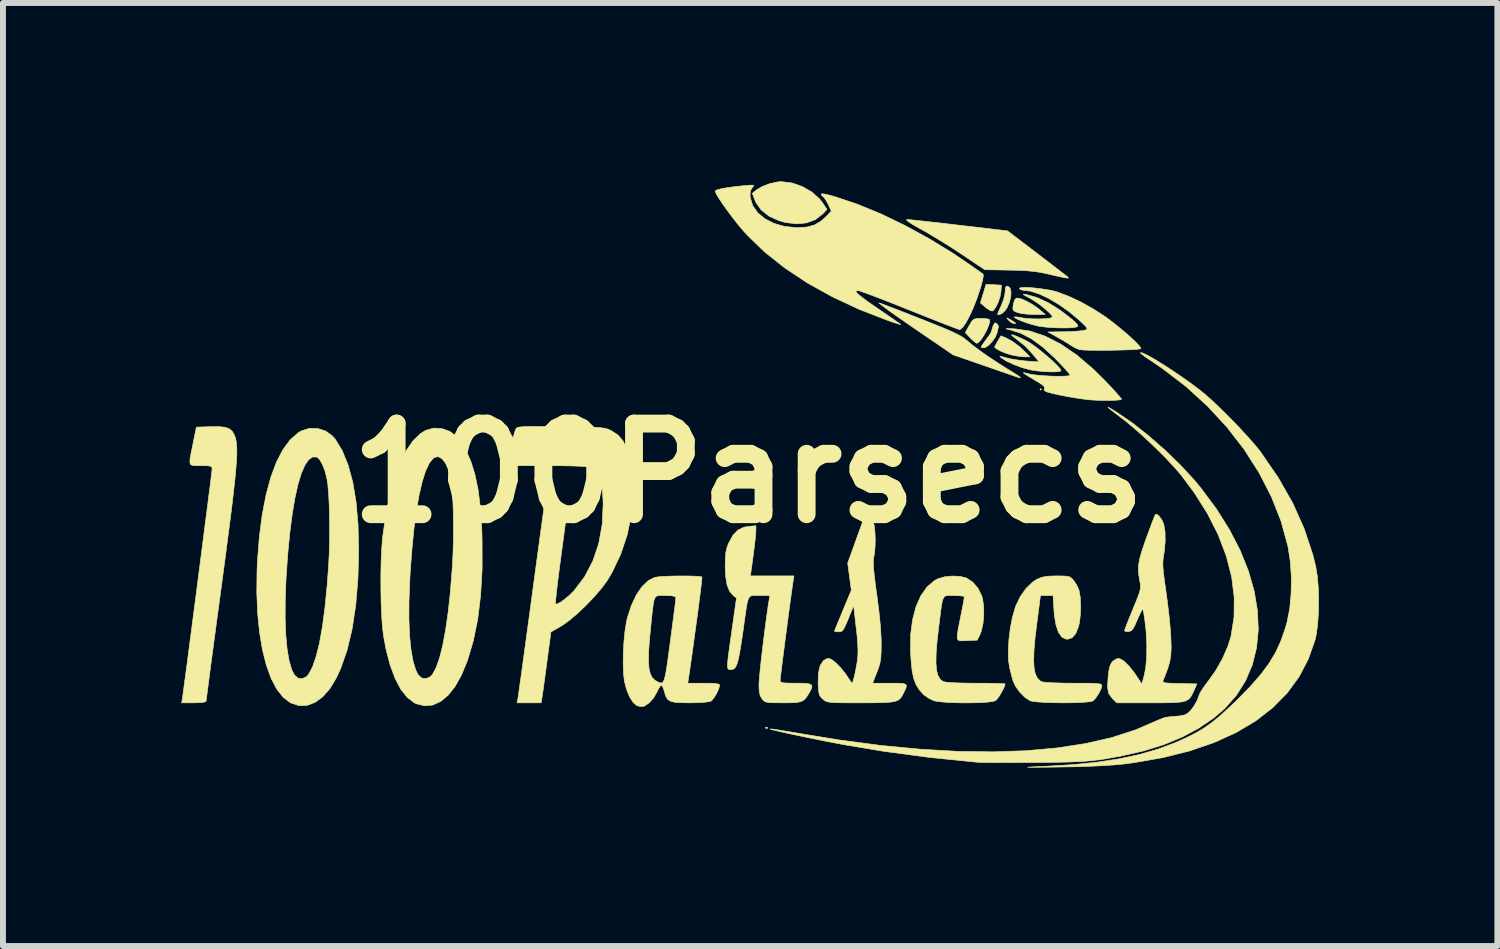
<source format=kicad_pcb>
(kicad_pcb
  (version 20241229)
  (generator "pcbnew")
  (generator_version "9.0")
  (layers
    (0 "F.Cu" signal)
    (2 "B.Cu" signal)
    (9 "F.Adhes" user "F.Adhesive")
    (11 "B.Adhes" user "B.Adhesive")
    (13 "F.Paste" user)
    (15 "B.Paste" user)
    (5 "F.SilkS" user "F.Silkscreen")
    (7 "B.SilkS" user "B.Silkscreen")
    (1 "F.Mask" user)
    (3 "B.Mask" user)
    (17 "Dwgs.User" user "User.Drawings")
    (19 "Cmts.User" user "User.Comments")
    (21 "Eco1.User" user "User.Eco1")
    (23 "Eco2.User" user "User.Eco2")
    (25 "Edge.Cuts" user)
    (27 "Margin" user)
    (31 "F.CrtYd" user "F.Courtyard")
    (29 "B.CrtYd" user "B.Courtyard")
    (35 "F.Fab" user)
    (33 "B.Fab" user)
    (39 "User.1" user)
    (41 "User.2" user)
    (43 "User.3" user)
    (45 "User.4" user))
  (footprint "100Parsecs"
    (layer "F.Cu")
    (at 9.534 4.907)
    (property "Reference" "100Parsecs" (at 0 0 0) (layer "F.SilkS") (effects (font (size 1.524 1.524) (thickness 0.3))))
    (attr through_hole)
    (fp_poly (pts (xy 4.928 -1.41) (xy 4.915 -1.397) (xy 4.902 -1.41) (xy 4.915 -1.422) (xy 4.928 -1.41)) (stroke (width 0.01) (type solid)) (fill yes) (layer "F.SilkS"))
    (fp_poly (pts (xy 0.322 4.276) (xy 0.318 4.291) (xy 0.305 4.293) (xy 0.284 4.283) (xy 0.288 4.276) (xy 0.318 4.273) (xy 0.322 4.276)) (stroke (width 0.01) (type solid)) (fill yes) (layer "F.SilkS"))
    (fp_poly (pts (xy 4.381 -2.595) (xy 4.441 -2.56) (xy 4.47 -2.541) (xy 4.495 -2.521) (xy 4.475 -2.515) (xy 4.468 -2.515) (xy 4.422 -2.532) (xy 4.379 -2.569) (xy 4.347 -2.607) (xy 4.349 -2.612) (xy 4.381 -2.595)) (stroke (width 0.01) (type solid)) (fill yes) (layer "F.SilkS"))
    (fp_poly (pts (xy 4.255 -3.162) (xy 4.246 -3.048) (xy 4.231 -2.966) (xy 4.201 -2.877) (xy 4.162 -2.796) (xy 4.123 -2.741) (xy 4.101 -2.726) (xy 4.068 -2.736) (xy 4.013 -2.77) (xy 3.988 -2.79) (xy 3.901 -2.863) (xy 3.949 -3.02) (xy 3.997 -3.177) (xy 4.255 -3.162)) (stroke (width 0.01) (type solid)) (fill yes) (layer "F.SilkS"))
    (fp_poly (pts (xy 4.587 -2.932) (xy 4.674 -2.894) (xy 4.771 -2.84) (xy 4.862 -2.778) (xy 4.902 -2.746) (xy 4.991 -2.669) (xy 4.801 -2.67) (xy 4.694 -2.674) (xy 4.597 -2.685) (xy 4.529 -2.7) (xy 4.528 -2.701) (xy 4.474 -2.723) (xy 4.45 -2.748) (xy 4.448 -2.792) (xy 4.459 -2.858) (xy 4.48 -2.922) (xy 4.515 -2.946) (xy 4.525 -2.946) (xy 4.587 -2.932)) (stroke (width 0.01) (type solid)) (fill yes) (layer "F.SilkS"))
    (fp_poly (pts (xy 3.985 -2.599) (xy 4.039 -2.591) (xy 4.052 -2.586) (xy 4.058 -2.548) (xy 4.04 -2.482) (xy 4.005 -2.401) (xy 3.96 -2.318) (xy 3.912 -2.246) (xy 3.867 -2.198) (xy 3.839 -2.184) (xy 3.812 -2.201) (xy 3.763 -2.244) (xy 3.733 -2.274) (xy 3.646 -2.364) (xy 3.714 -2.484) (xy 3.755 -2.553) (xy 3.791 -2.588) (xy 3.837 -2.601) (xy 3.909 -2.602) (xy 3.985 -2.599)) (stroke (width 0.01) (type solid)) (fill yes) (layer "F.SilkS"))
    (fp_poly (pts (xy 4.335 -2.273) (xy 4.441 -2.215) (xy 4.556 -2.13) (xy 4.664 -2.03) (xy 4.672 -2.022) (xy 4.733 -1.956) (xy 4.634 -1.957) (xy 4.549 -1.965) (xy 4.447 -1.984) (xy 4.4 -1.995) (xy 4.316 -2.023) (xy 4.235 -2.057) (xy 4.173 -2.091) (xy 4.141 -2.118) (xy 4.14 -2.122) (xy 4.152 -2.147) (xy 4.181 -2.2) (xy 4.193 -2.22) (xy 4.246 -2.31) (xy 4.335 -2.273)) (stroke (width 0.01) (type solid)) (fill yes) (layer "F.SilkS"))
    (fp_poly (pts (xy 4.4 -3.115) (xy 4.416 -3.052) (xy 4.412 -2.967) (xy 4.389 -2.874) (xy 4.349 -2.783) (xy 4.316 -2.734) (xy 4.273 -2.693) (xy 4.228 -2.668) (xy 4.197 -2.665) (xy 4.191 -2.677) (xy 4.201 -2.704) (xy 4.226 -2.762) (xy 4.254 -2.823) (xy 4.29 -2.917) (xy 4.313 -3.01) (xy 4.318 -3.056) (xy 4.322 -3.12) (xy 4.339 -3.145) (xy 4.362 -3.145) (xy 4.4 -3.115)) (stroke (width 0.01) (type solid)) (fill yes) (layer "F.SilkS"))
    (fp_poly (pts (xy 0.733 -4.881) (xy 0.907 -4.82) (xy 1.066 -4.728) (xy 1.197 -4.612) (xy 1.246 -4.548) (xy 1.321 -4.436) (xy 1.251 -4.361) (xy 1.128 -4.265) (xy 0.977 -4.209) (xy 0.804 -4.193) (xy 0.615 -4.218) (xy 0.515 -4.246) (xy 0.348 -4.322) (xy 0.217 -4.425) (xy 0.128 -4.55) (xy 0.111 -4.589) (xy 0.067 -4.706) (xy 0.141 -4.767) (xy 0.235 -4.822) (xy 0.357 -4.868) (xy 0.485 -4.897) (xy 0.558 -4.902) (xy 0.733 -4.881)) (stroke (width 0.01) (type solid)) (fill yes) (layer "F.SilkS"))
    (fp_poly (pts (xy 4.177 -2.516) (xy 4.204 -2.476) (xy 4.204 -2.456) (xy 4.192 -2.41) (xy 4.18 -2.356) (xy 4.152 -2.289) (xy 4.101 -2.217) (xy 4.042 -2.154) (xy 3.985 -2.115) (xy 3.96 -2.108) (xy 3.92 -2.114) (xy 3.912 -2.121) (xy 3.926 -2.146) (xy 3.962 -2.199) (xy 4 -2.25) (xy 4.049 -2.316) (xy 4.081 -2.368) (xy 4.089 -2.388) (xy 4.098 -2.426) (xy 4.115 -2.478) (xy 4.139 -2.523) (xy 4.164 -2.525) (xy 4.177 -2.516)) (stroke (width 0.01) (type solid)) (fill yes) (layer "F.SilkS"))
    (fp_poly (pts (xy 2.707 -4.264) (xy 2.791 -4.255) (xy 2.912 -4.242) (xy 3.064 -4.225) (xy 3.241 -4.206) (xy 3.434 -4.183) (xy 3.544 -4.17) (xy 4.357 -4.075) (xy 4.852 -3.698) (xy 4.99 -3.592) (xy 5.116 -3.496) (xy 5.222 -3.414) (xy 5.304 -3.351) (xy 5.356 -3.311) (xy 5.371 -3.299) (xy 5.381 -3.286) (xy 5.369 -3.281) (xy 5.329 -3.285) (xy 5.256 -3.3) (xy 5.143 -3.325) (xy 5.055 -3.346) (xy 4.93 -3.373) (xy 4.812 -3.392) (xy 4.686 -3.404) (xy 4.538 -3.412) (xy 4.381 -3.415) (xy 3.975 -3.422) (xy 3.594 -3.677) (xy 3.443 -3.777) (xy 3.277 -3.881) (xy 3.115 -3.98) (xy 2.97 -4.066) (xy 2.908 -4.1) (xy 2.779 -4.173) (xy 2.696 -4.225) (xy 2.658 -4.256) (xy 2.666 -4.267) (xy 2.667 -4.267) (xy 2.707 -4.264)) (stroke (width 0.01) (type solid)) (fill yes) (layer "F.SilkS"))
    (fp_poly (pts (xy 4.455 -2.323) (xy 4.522 -2.297) (xy 4.622 -2.252) (xy 4.672 -2.227) (xy 4.742 -2.186) (xy 4.83 -2.124) (xy 4.927 -2.048) (xy 5.025 -1.966) (xy 5.116 -1.886) (xy 5.19 -1.813) (xy 5.241 -1.757) (xy 5.258 -1.724) (xy 5.235 -1.712) (xy 5.172 -1.705) (xy 5.083 -1.704) (xy 4.978 -1.709) (xy 4.869 -1.719) (xy 4.767 -1.733) (xy 4.73 -1.741) (xy 4.598 -1.777) (xy 4.462 -1.828) (xy 4.341 -1.885) (xy 4.255 -1.939) (xy 4.23 -1.961) (xy 4.235 -1.966) (xy 4.278 -1.956) (xy 4.331 -1.941) (xy 4.419 -1.92) (xy 4.535 -1.902) (xy 4.655 -1.888) (xy 4.673 -1.887) (xy 4.888 -1.871) (xy 4.808 -1.971) (xy 4.663 -2.131) (xy 4.498 -2.263) (xy 4.483 -2.274) (xy 4.433 -2.312) (xy 4.424 -2.328) (xy 4.455 -2.323)) (stroke (width 0.01) (type solid)) (fill yes) (layer "F.SilkS"))
    (fp_poly (pts (xy 2.233 -2.852) (xy 2.31 -2.823) (xy 2.421 -2.781) (xy 2.559 -2.728) (xy 2.718 -2.665) (xy 2.892 -2.597) (xy 2.908 -2.591) (xy 3.11 -2.51) (xy 3.271 -2.445) (xy 3.396 -2.392) (xy 3.491 -2.347) (xy 3.564 -2.31) (xy 3.619 -2.275) (xy 3.663 -2.241) (xy 3.683 -2.224) (xy 3.769 -2.152) (xy 3.889 -2.062) (xy 4.034 -1.96) (xy 4.195 -1.854) (xy 4.361 -1.749) (xy 4.413 -1.717) (xy 4.49 -1.67) (xy 4.547 -1.632) (xy 4.572 -1.612) (xy 4.572 -1.611) (xy 4.566 -1.602) (xy 4.541 -1.61) (xy 4.475 -1.633) (xy 4.374 -1.668) (xy 4.246 -1.712) (xy 4.097 -1.764) (xy 4 -1.797) (xy 3.442 -1.991) (xy 2.794 -2.434) (xy 2.637 -2.542) (xy 2.496 -2.64) (xy 2.377 -2.724) (xy 2.285 -2.792) (xy 2.223 -2.839) (xy 2.196 -2.862) (xy 2.197 -2.864) (xy 2.233 -2.852)) (stroke (width 0.01) (type solid)) (fill yes) (layer "F.SilkS"))
    (fp_poly (pts (xy 4.673 -3.005) (xy 4.674 -3.005) (xy 4.852 -2.954) (xy 5.047 -2.864) (xy 5.248 -2.737) (xy 5.432 -2.595) (xy 5.501 -2.533) (xy 5.535 -2.495) (xy 5.54 -2.473) (xy 5.521 -2.46) (xy 5.461 -2.449) (xy 5.365 -2.443) (xy 5.246 -2.443) (xy 5.117 -2.448) (xy 4.994 -2.457) (xy 4.889 -2.471) (xy 4.859 -2.477) (xy 4.77 -2.5) (xy 4.675 -2.53) (xy 4.588 -2.562) (xy 4.518 -2.593) (xy 4.478 -2.617) (xy 4.474 -2.628) (xy 4.503 -2.629) (xy 4.563 -2.62) (xy 4.585 -2.615) (xy 4.668 -2.603) (xy 4.775 -2.596) (xy 4.888 -2.594) (xy 4.991 -2.598) (xy 5.068 -2.607) (xy 5.089 -2.613) (xy 5.109 -2.627) (xy 5.105 -2.649) (xy 5.071 -2.688) (xy 5.003 -2.752) (xy 5.001 -2.753) (xy 4.907 -2.829) (xy 4.801 -2.903) (xy 4.726 -2.948) (xy 4.653 -2.986) (xy 4.622 -3.006) (xy 4.63 -3.012) (xy 4.673 -3.005)) (stroke (width 0.01) (type solid)) (fill yes) (layer "F.SilkS"))
    (fp_poly (pts (xy 4.702 -3.123) (xy 4.805 -3.115) (xy 4.917 -3.102) (xy 5.03 -3.085) (xy 5.134 -3.064) (xy 5.194 -3.047) (xy 5.381 -2.977) (xy 5.588 -2.88) (xy 5.797 -2.763) (xy 5.993 -2.637) (xy 6.071 -2.58) (xy 6.197 -2.482) (xy 6.315 -2.384) (xy 6.42 -2.292) (xy 6.506 -2.212) (xy 6.567 -2.148) (xy 6.598 -2.107) (xy 6.598 -2.095) (xy 6.567 -2.087) (xy 6.494 -2.08) (xy 6.389 -2.075) (xy 6.262 -2.071) (xy 6.123 -2.068) (xy 5.98 -2.066) (xy 5.844 -2.067) (xy 5.723 -2.068) (xy 5.628 -2.072) (xy 5.568 -2.078) (xy 5.557 -2.081) (xy 5.486 -2.112) (xy 5.418 -2.153) (xy 5.358 -2.192) (xy 5.273 -2.243) (xy 5.192 -2.289) (xy 5.038 -2.375) (xy 5.319 -2.379) (xy 5.44 -2.383) (xy 5.547 -2.39) (xy 5.626 -2.398) (xy 5.661 -2.406) (xy 5.688 -2.419) (xy 5.695 -2.435) (xy 5.678 -2.463) (xy 5.632 -2.51) (xy 5.559 -2.577) (xy 5.393 -2.716) (xy 5.22 -2.838) (xy 5.048 -2.94) (xy 4.885 -3.016) (xy 4.741 -3.062) (xy 4.645 -3.073) (xy 4.587 -3.083) (xy 4.557 -3.103) (xy 4.569 -3.117) (xy 4.62 -3.123) (xy 4.702 -3.123)) (stroke (width 0.01) (type solid)) (fill yes) (layer "F.SilkS"))
    (fp_poly (pts (xy 4.438 -2.429) (xy 4.483 -2.427) (xy 4.736 -2.39) (xy 4.994 -2.303) (xy 5.258 -2.167) (xy 5.528 -1.982) (xy 5.804 -1.746) (xy 6.003 -1.549) (xy 6.096 -1.45) (xy 6.176 -1.363) (xy 6.235 -1.295) (xy 6.269 -1.253) (xy 6.274 -1.243) (xy 6.25 -1.234) (xy 6.187 -1.228) (xy 6.096 -1.224) (xy 5.988 -1.224) (xy 5.875 -1.226) (xy 5.767 -1.232) (xy 5.715 -1.236) (xy 5.564 -1.256) (xy 5.388 -1.285) (xy 5.213 -1.319) (xy 5.125 -1.339) (xy 5.035 -1.362) (xy 4.987 -1.382) (xy 4.972 -1.402) (xy 4.977 -1.42) (xy 4.98 -1.445) (xy 4.956 -1.475) (xy 4.899 -1.516) (xy 4.811 -1.569) (xy 4.726 -1.619) (xy 4.661 -1.66) (xy 4.626 -1.684) (xy 4.623 -1.688) (xy 4.644 -1.688) (xy 4.696 -1.676) (xy 4.705 -1.673) (xy 4.771 -1.659) (xy 4.865 -1.648) (xy 4.977 -1.639) (xy 5.094 -1.632) (xy 5.207 -1.63) (xy 5.304 -1.631) (xy 5.375 -1.636) (xy 5.409 -1.645) (xy 5.41 -1.648) (xy 5.393 -1.676) (xy 5.346 -1.732) (xy 5.275 -1.809) (xy 5.188 -1.9) (xy 5.15 -1.939) (xy 4.951 -2.121) (xy 4.762 -2.259) (xy 4.579 -2.355) (xy 4.396 -2.413) (xy 4.394 -2.413) (xy 4.345 -2.424) (xy 4.333 -2.43) (xy 4.363 -2.432) (xy 4.438 -2.429)) (stroke (width 0.01) (type solid)) (fill yes) (layer "F.SilkS"))
    (fp_poly (pts (xy -8.802 -0.773) (xy -8.73 -0.748) (xy -8.68 -0.706) (xy -8.644 -0.644) (xy -8.643 -0.642) (xy -8.627 -0.599) (xy -8.615 -0.55) (xy -8.607 -0.49) (xy -8.602 -0.417) (xy -8.602 -0.327) (xy -8.607 -0.218) (xy -8.617 -0.085) (xy -8.631 0.075) (xy -8.652 0.264) (xy -8.677 0.486) (xy -8.709 0.745) (xy -8.748 1.042) (xy -8.792 1.383) (xy -8.844 1.77) (xy -8.861 1.897) (xy -8.902 2.203) (xy -8.942 2.495) (xy -8.978 2.768) (xy -9.012 3.018) (xy -9.042 3.243) (xy -9.067 3.437) (xy -9.088 3.597) (xy -9.104 3.719) (xy -9.115 3.799) (xy -9.119 3.833) (xy -9.119 3.834) (xy -9.143 3.848) (xy -9.212 3.857) (xy -9.319 3.861) (xy -9.324 3.861) (xy -9.529 3.861) (xy -9.514 3.766) (xy -9.506 3.711) (xy -9.493 3.613) (xy -9.475 3.477) (xy -9.452 3.308) (xy -9.426 3.109) (xy -9.397 2.887) (xy -9.365 2.645) (xy -9.332 2.389) (xy -9.297 2.123) (xy -9.262 1.852) (xy -9.227 1.581) (xy -9.193 1.315) (xy -9.16 1.059) (xy -9.129 0.817) (xy -9.1 0.594) (xy -9.075 0.395) (xy -9.053 0.225) (xy -9.036 0.088) (xy -9.024 -0.01) (xy -9.018 -0.065) (xy -9.017 -0.075) (xy -9.021 -0.102) (xy -9.041 -0.117) (xy -9.088 -0.125) (xy -9.17 -0.127) (xy -9.207 -0.127) (xy -9.288 -0.126) (xy -9.343 -0.13) (xy -9.377 -0.144) (xy -9.391 -0.178) (xy -9.389 -0.238) (xy -9.372 -0.332) (xy -9.344 -0.467) (xy -9.339 -0.495) (xy -9.282 -0.775) (xy -9.052 -0.782) (xy -8.906 -0.783) (xy -8.802 -0.773)) (stroke (width 0.01) (type solid)) (fill yes) (layer "F.SilkS"))
    (fp_poly (pts (xy 5.292 1.728) (xy 5.361 1.733) (xy 5.406 1.745) (xy 5.439 1.769) (xy 5.47 1.804) (xy 5.522 1.883) (xy 5.56 1.97) (xy 5.561 1.976) (xy 5.58 2.085) (xy 5.587 2.222) (xy 5.583 2.369) (xy 5.568 2.504) (xy 5.55 2.582) (xy 5.503 2.698) (xy 5.443 2.767) (xy 5.369 2.791) (xy 5.343 2.79) (xy 5.272 2.756) (xy 5.214 2.676) (xy 5.172 2.551) (xy 5.144 2.383) (xy 5.138 2.3) (xy 5.123 2.057) (xy 4.911 2.057) (xy 4.851 2.521) (xy 4.82 2.772) (xy 4.802 2.979) (xy 4.797 3.145) (xy 4.804 3.274) (xy 4.824 3.373) (xy 4.858 3.444) (xy 4.906 3.492) (xy 4.926 3.504) (xy 4.968 3.513) (xy 5.054 3.521) (xy 5.176 3.526) (xy 5.328 3.53) (xy 5.459 3.531) (xy 5.628 3.531) (xy 5.752 3.532) (xy 5.839 3.535) (xy 5.895 3.541) (xy 5.927 3.549) (xy 5.941 3.561) (xy 5.944 3.575) (xy 5.928 3.631) (xy 5.891 3.704) (xy 5.843 3.776) (xy 5.795 3.827) (xy 5.794 3.828) (xy 5.753 3.84) (xy 5.67 3.849) (xy 5.557 3.856) (xy 5.423 3.86) (xy 5.278 3.861) (xy 5.131 3.859) (xy 4.994 3.854) (xy 4.876 3.847) (xy 4.786 3.837) (xy 4.737 3.826) (xy 4.649 3.768) (xy 4.561 3.679) (xy 4.489 3.577) (xy 4.446 3.481) (xy 4.422 3.386) (xy 4.397 3.289) (xy 4.394 3.28) (xy 4.374 3.147) (xy 4.37 2.981) (xy 4.381 2.795) (xy 4.405 2.602) (xy 4.441 2.418) (xy 4.488 2.257) (xy 4.497 2.23) (xy 4.572 2.075) (xy 4.668 1.939) (xy 4.776 1.833) (xy 4.851 1.784) (xy 4.922 1.754) (xy 4.998 1.736) (xy 5.096 1.729) (xy 5.185 1.727) (xy 5.292 1.728)) (stroke (width 0.01) (type solid)) (fill yes) (layer "F.SilkS"))
    (fp_poly (pts (xy -7.241 -0.752) (xy -7.107 -0.708) (xy -6.993 -0.625) (xy -6.951 -0.578) (xy -6.829 -0.379) (xy -6.73 -0.136) (xy -6.652 0.152) (xy -6.597 0.483) (xy -6.564 0.86) (xy -6.553 1.281) (xy -6.565 1.771) (xy -6.602 2.217) (xy -6.663 2.619) (xy -6.748 2.977) (xy -6.858 3.29) (xy -6.925 3.436) (xy -7.033 3.617) (xy -7.154 3.756) (xy -7.284 3.852) (xy -7.419 3.904) (xy -7.557 3.908) (xy -7.694 3.863) (xy -7.699 3.861) (xy -7.821 3.769) (xy -7.93 3.631) (xy -8.025 3.45) (xy -8.105 3.229) (xy -8.17 2.972) (xy -8.219 2.682) (xy -8.242 2.454) (xy -7.789 2.454) (xy -7.778 2.725) (xy -7.756 2.96) (xy -7.722 3.155) (xy -7.678 3.305) (xy -7.634 3.392) (xy -7.575 3.445) (xy -7.502 3.455) (xy -7.432 3.422) (xy -7.397 3.385) (xy -7.329 3.257) (xy -7.268 3.082) (xy -7.212 2.857) (xy -7.163 2.582) (xy -7.12 2.259) (xy -7.083 1.885) (xy -7.06 1.575) (xy -7.049 1.376) (xy -7.043 1.161) (xy -7.041 0.94) (xy -7.043 0.722) (xy -7.049 0.517) (xy -7.059 0.336) (xy -7.072 0.186) (xy -7.087 0.09) (xy -7.118 -0.033) (xy -7.159 -0.141) (xy -7.204 -0.223) (xy -7.248 -0.268) (xy -7.254 -0.271) (xy -7.326 -0.274) (xy -7.394 -0.228) (xy -7.458 -0.134) (xy -7.519 0.006) (xy -7.574 0.19) (xy -7.625 0.417) (xy -7.67 0.685) (xy -7.71 0.994) (xy -7.744 1.34) (xy -7.771 1.723) (xy -7.776 1.812) (xy -7.788 2.148) (xy -7.789 2.454) (xy -8.242 2.454) (xy -8.251 2.361) (xy -8.266 2.013) (xy -8.262 1.641) (xy -8.255 1.48) (xy -8.223 1.071) (xy -8.175 0.699) (xy -8.11 0.364) (xy -8.031 0.069) (xy -7.936 -0.185) (xy -7.827 -0.396) (xy -7.705 -0.561) (xy -7.57 -0.68) (xy -7.513 -0.713) (xy -7.38 -0.755) (xy -7.241 -0.752)) (stroke (width 0.01) (type solid)) (fill yes) (layer "F.SilkS"))
    (fp_poly (pts (xy 3.56 1.735) (xy 3.665 1.762) (xy 3.772 1.831) (xy 3.862 1.937) (xy 3.925 2.066) (xy 3.937 2.108) (xy 3.956 2.238) (xy 3.958 2.384) (xy 3.945 2.529) (xy 3.917 2.654) (xy 3.897 2.707) (xy 3.848 2.807) (xy 3.677 2.814) (xy 3.607 2.818) (xy 3.557 2.817) (xy 3.526 2.805) (xy 3.512 2.774) (xy 3.513 2.718) (xy 3.526 2.629) (xy 3.552 2.501) (xy 3.569 2.413) (xy 3.593 2.292) (xy 3.613 2.189) (xy 3.626 2.114) (xy 3.632 2.078) (xy 3.632 2.076) (xy 3.609 2.067) (xy 3.548 2.06) (xy 3.462 2.057) (xy 3.455 2.057) (xy 3.392 2.056) (xy 3.345 2.057) (xy 3.31 2.065) (xy 3.285 2.088) (xy 3.266 2.131) (xy 3.251 2.201) (xy 3.235 2.304) (xy 3.218 2.446) (xy 3.201 2.578) (xy 3.173 2.824) (xy 3.157 3.024) (xy 3.154 3.184) (xy 3.163 3.308) (xy 3.187 3.399) (xy 3.223 3.463) (xy 3.273 3.503) (xy 3.318 3.513) (xy 3.409 3.521) (xy 3.541 3.527) (xy 3.709 3.53) (xy 3.821 3.531) (xy 3.974 3.531) (xy 4.107 3.533) (xy 4.214 3.536) (xy 4.287 3.539) (xy 4.318 3.543) (xy 4.318 3.544) (xy 4.305 3.589) (xy 4.271 3.658) (xy 4.228 3.733) (xy 4.185 3.794) (xy 4.157 3.823) (xy 4.11 3.838) (xy 4.022 3.849) (xy 3.905 3.857) (xy 3.767 3.861) (xy 3.62 3.862) (xy 3.473 3.859) (xy 3.337 3.853) (xy 3.222 3.843) (xy 3.138 3.83) (xy 3.115 3.824) (xy 3.028 3.781) (xy 2.948 3.723) (xy 2.941 3.717) (xy 2.872 3.64) (xy 2.819 3.554) (xy 2.78 3.451) (xy 2.753 3.322) (xy 2.736 3.158) (xy 2.726 2.975) (xy 2.729 2.707) (xy 2.761 2.463) (xy 2.818 2.246) (xy 2.899 2.062) (xy 3.003 1.914) (xy 3.127 1.807) (xy 3.187 1.775) (xy 3.298 1.742) (xy 3.429 1.729) (xy 3.56 1.735)) (stroke (width 0.01) (type solid)) (fill yes) (layer "F.SilkS"))
    (fp_poly (pts (xy -5.154 -0.75) (xy -5.021 -0.703) (xy -4.906 -0.618) (xy -4.861 -0.566) (xy -4.755 -0.398) (xy -4.668 -0.203) (xy -4.598 0.022) (xy -4.544 0.281) (xy -4.507 0.579) (xy -4.484 0.92) (xy -4.478 1.106) (xy -4.477 1.597) (xy -4.502 2.046) (xy -4.551 2.454) (xy -4.626 2.822) (xy -4.725 3.153) (xy -4.824 3.393) (xy -4.93 3.583) (xy -5.048 3.732) (xy -5.175 3.838) (xy -5.309 3.898) (xy -5.446 3.911) (xy -5.584 3.876) (xy -5.617 3.861) (xy -5.736 3.77) (xy -5.845 3.633) (xy -5.941 3.45) (xy -6.024 3.226) (xy -6.093 2.961) (xy -6.136 2.728) (xy -6.153 2.583) (xy -6.162 2.454) (xy -5.708 2.454) (xy -5.697 2.727) (xy -5.674 2.963) (xy -5.639 3.158) (xy -5.594 3.308) (xy -5.551 3.392) (xy -5.492 3.445) (xy -5.42 3.454) (xy -5.348 3.422) (xy -5.312 3.384) (xy -5.25 3.268) (xy -5.192 3.103) (xy -5.139 2.892) (xy -5.091 2.635) (xy -5.048 2.336) (xy -5.011 1.995) (xy -4.981 1.615) (xy -4.976 1.549) (xy -4.966 1.335) (xy -4.96 1.108) (xy -4.959 0.879) (xy -4.962 0.657) (xy -4.969 0.453) (xy -4.981 0.276) (xy -4.997 0.135) (xy -5.004 0.09) (xy -5.043 -0.056) (xy -5.092 -0.168) (xy -5.15 -0.243) (xy -5.213 -0.278) (xy -5.277 -0.267) (xy -5.298 -0.252) (xy -5.365 -0.17) (xy -5.427 -0.039) (xy -5.484 0.139) (xy -5.536 0.362) (xy -5.583 0.629) (xy -5.624 0.937) (xy -5.658 1.286) (xy -5.687 1.672) (xy -5.694 1.805) (xy -5.707 2.145) (xy -5.708 2.454) (xy -6.162 2.454) (xy -6.166 2.399) (xy -6.175 2.188) (xy -6.179 1.96) (xy -6.18 1.727) (xy -6.176 1.502) (xy -6.167 1.295) (xy -6.154 1.118) (xy -6.149 1.067) (xy -6.097 0.704) (xy -6.031 0.375) (xy -5.95 0.083) (xy -5.857 -0.17) (xy -5.753 -0.381) (xy -5.637 -0.548) (xy -5.512 -0.668) (xy -5.424 -0.722) (xy -5.292 -0.758) (xy -5.154 -0.75)) (stroke (width 0.01) (type solid)) (fill yes) (layer "F.SilkS"))
    (fp_poly (pts (xy 6.621 -2.024) (xy 6.687 -1.995) (xy 6.78 -1.945) (xy 6.895 -1.876) (xy 7.026 -1.794) (xy 7.164 -1.703) (xy 7.306 -1.606) (xy 7.443 -1.509) (xy 7.569 -1.414) (xy 7.671 -1.333) (xy 7.79 -1.228) (xy 7.928 -1.097) (xy 8.077 -0.95) (xy 8.228 -0.795) (xy 8.37 -0.642) (xy 8.495 -0.501) (xy 8.594 -0.382) (xy 8.613 -0.356) (xy 8.908 0.073) (xy 9.153 0.502) (xy 9.346 0.934) (xy 9.49 1.368) (xy 9.541 1.575) (xy 9.567 1.736) (xy 9.583 1.928) (xy 9.589 2.135) (xy 9.585 2.344) (xy 9.572 2.541) (xy 9.549 2.711) (xy 9.53 2.799) (xy 9.416 3.124) (xy 9.259 3.423) (xy 9.059 3.697) (xy 8.815 3.944) (xy 8.529 4.166) (xy 8.202 4.36) (xy 7.832 4.528) (xy 7.422 4.669) (xy 6.97 4.782) (xy 6.479 4.868) (xy 6.298 4.891) (xy 6.148 4.905) (xy 5.958 4.918) (xy 5.736 4.928) (xy 5.491 4.936) (xy 5.245 4.94) (xy 5.04 4.943) (xy 4.884 4.944) (xy 4.776 4.945) (xy 4.713 4.945) (xy 4.694 4.944) (xy 4.717 4.942) (xy 4.78 4.938) (xy 4.883 4.933) (xy 5.016 4.927) (xy 5.465 4.9) (xy 5.871 4.858) (xy 6.238 4.802) (xy 6.575 4.73) (xy 6.886 4.64) (xy 7.177 4.532) (xy 7.405 4.428) (xy 7.54 4.358) (xy 7.662 4.285) (xy 7.781 4.202) (xy 7.904 4.103) (xy 8.041 3.98) (xy 8.202 3.828) (xy 8.232 3.798) (xy 8.442 3.583) (xy 8.614 3.387) (xy 8.754 3.199) (xy 8.866 3.012) (xy 8.955 2.818) (xy 9.028 2.608) (xy 9.059 2.499) (xy 9.103 2.274) (xy 9.126 2.019) (xy 9.13 1.751) (xy 9.112 1.484) (xy 9.074 1.237) (xy 9.072 1.227) (xy 8.957 0.808) (xy 8.794 0.394) (xy 8.586 -0.01) (xy 8.336 -0.401) (xy 8.046 -0.776) (xy 7.719 -1.129) (xy 7.357 -1.459) (xy 6.965 -1.759) (xy 6.814 -1.862) (xy 6.721 -1.925) (xy 6.647 -1.977) (xy 6.601 -2.013) (xy 6.59 -2.027) (xy 6.621 -2.024)) (stroke (width 0.01) (type solid)) (fill yes) (layer "F.SilkS"))
    (fp_poly (pts (xy 0.079 -4.844) (xy 0.089 -4.834) (xy 0.074 -4.812) (xy 0.064 -4.801) (xy 0.034 -4.75) (xy 0.028 -4.678) (xy 0.031 -4.638) (xy 0.071 -4.502) (xy 0.155 -4.381) (xy 0.276 -4.279) (xy 0.429 -4.201) (xy 0.607 -4.15) (xy 0.806 -4.129) (xy 0.826 -4.129) (xy 0.985 -4.139) (xy 1.114 -4.175) (xy 1.225 -4.241) (xy 1.313 -4.322) (xy 1.395 -4.407) (xy 1.349 -4.508) (xy 1.311 -4.58) (xy 1.272 -4.635) (xy 1.261 -4.645) (xy 1.226 -4.68) (xy 1.228 -4.698) (xy 1.271 -4.696) (xy 1.357 -4.677) (xy 1.454 -4.65) (xy 1.83 -4.524) (xy 2.225 -4.362) (xy 2.63 -4.167) (xy 3.035 -3.946) (xy 3.432 -3.703) (xy 3.682 -3.534) (xy 3.779 -3.466) (xy 3.862 -3.408) (xy 3.921 -3.366) (xy 3.946 -3.349) (xy 3.95 -3.318) (xy 3.938 -3.248) (xy 3.912 -3.147) (xy 3.9 -3.108) (xy 3.842 -2.935) (xy 3.78 -2.777) (xy 3.717 -2.64) (xy 3.658 -2.53) (xy 3.604 -2.453) (xy 3.56 -2.417) (xy 3.548 -2.416) (xy 3.518 -2.425) (xy 3.447 -2.452) (xy 3.339 -2.493) (xy 3.202 -2.547) (xy 3.04 -2.611) (xy 2.859 -2.683) (xy 2.705 -2.744) (xy 2.512 -2.821) (xy 2.333 -2.892) (xy 2.173 -2.954) (xy 2.039 -3.005) (xy 1.935 -3.043) (xy 1.869 -3.066) (xy 1.846 -3.072) (xy 1.814 -3.067) (xy 1.811 -3.049) (xy 1.84 -3.015) (xy 1.904 -2.962) (xy 2.004 -2.887) (xy 2.145 -2.79) (xy 2.184 -2.763) (xy 2.304 -2.681) (xy 2.409 -2.609) (xy 2.492 -2.551) (xy 2.545 -2.514) (xy 2.562 -2.501) (xy 2.546 -2.502) (xy 2.492 -2.519) (xy 2.409 -2.546) (xy 2.349 -2.567) (xy 1.864 -2.755) (xy 1.411 -2.967) (xy 0.993 -3.199) (xy 0.613 -3.451) (xy 0.275 -3.719) (xy -0.018 -4.003) (xy -0.089 -4.081) (xy -0.173 -4.181) (xy -0.261 -4.293) (xy -0.347 -4.408) (xy -0.426 -4.518) (xy -0.491 -4.616) (xy -0.537 -4.692) (xy -0.558 -4.739) (xy -0.559 -4.744) (xy -0.535 -4.761) (xy -0.467 -4.781) (xy -0.362 -4.8) (xy -0.228 -4.819) (xy -0.072 -4.835) (xy -0.053 -4.837) (xy 0.034 -4.844) (xy 0.079 -4.844)) (stroke (width 0.01) (type solid)) (fill yes) (layer "F.SilkS"))
    (fp_poly (pts (xy 2.038 0.721) (xy 2.079 0.772) (xy 2.094 0.8) (xy 2.115 0.875) (xy 2.128 0.984) (xy 2.133 1.112) (xy 2.13 1.243) (xy 2.118 1.361) (xy 2.108 1.41) (xy 2.101 1.459) (xy 2.101 1.528) (xy 2.107 1.624) (xy 2.121 1.753) (xy 2.142 1.922) (xy 2.16 2.049) (xy 2.195 2.325) (xy 2.22 2.569) (xy 2.232 2.774) (xy 2.234 2.875) (xy 2.232 3.009) (xy 2.226 3.108) (xy 2.213 3.188) (xy 2.191 3.266) (xy 2.161 3.346) (xy 2.088 3.531) (xy 2.379 3.531) (xy 2.51 3.531) (xy 2.597 3.535) (xy 2.644 3.549) (xy 2.658 3.576) (xy 2.645 3.622) (xy 2.612 3.691) (xy 2.6 3.713) (xy 2.575 3.759) (xy 2.548 3.794) (xy 2.511 3.82) (xy 2.458 3.838) (xy 2.383 3.85) (xy 2.279 3.857) (xy 2.14 3.86) (xy 1.959 3.861) (xy 1.888 3.861) (xy 1.705 3.861) (xy 1.565 3.86) (xy 1.463 3.858) (xy 1.39 3.853) (xy 1.339 3.846) (xy 1.305 3.836) (xy 1.279 3.821) (xy 1.255 3.802) (xy 1.252 3.799) (xy 1.217 3.765) (xy 1.195 3.728) (xy 1.183 3.674) (xy 1.176 3.591) (xy 1.173 3.526) (xy 1.178 3.359) (xy 1.207 3.235) (xy 1.26 3.154) (xy 1.315 3.121) (xy 1.358 3.115) (xy 1.405 3.136) (xy 1.471 3.189) (xy 1.474 3.191) (xy 1.549 3.269) (xy 1.625 3.362) (xy 1.656 3.407) (xy 1.7 3.473) (xy 1.732 3.518) (xy 1.743 3.531) (xy 1.756 3.507) (xy 1.774 3.446) (xy 1.795 3.358) (xy 1.815 3.255) (xy 1.831 3.162) (xy 1.841 3.072) (xy 1.843 2.976) (xy 1.838 2.862) (xy 1.826 2.716) (xy 1.813 2.605) (xy 1.77 2.226) (xy 1.68 2.447) (xy 1.637 2.55) (xy 1.605 2.615) (xy 1.578 2.65) (xy 1.549 2.665) (xy 1.519 2.667) (xy 1.468 2.664) (xy 1.448 2.657) (xy 1.457 2.632) (xy 1.482 2.568) (xy 1.521 2.474) (xy 1.568 2.36) (xy 1.589 2.308) (xy 1.731 1.968) (xy 1.67 1.511) (xy 1.817 1.105) (xy 1.865 0.971) (xy 1.907 0.855) (xy 1.941 0.764) (xy 1.962 0.707) (xy 1.968 0.692) (xy 1.996 0.69) (xy 2.038 0.721)) (stroke (width 0.01) (type solid)) (fill yes) (layer "F.SilkS"))
    (fp_poly (pts (xy 0.126 0.968) (xy 0.123 1.026) (xy 0.113 1.121) (xy 0.099 1.241) (xy 0.082 1.373) (xy 0.08 1.391) (xy 0.034 1.727) (xy 0.766 1.727) (xy 0.751 1.822) (xy 0.741 1.888) (xy 0.727 1.991) (xy 0.708 2.125) (xy 0.687 2.281) (xy 0.664 2.453) (xy 0.641 2.632) (xy 0.617 2.812) (xy 0.595 2.985) (xy 0.574 3.144) (xy 0.557 3.281) (xy 0.544 3.388) (xy 0.536 3.459) (xy 0.533 3.485) (xy 0.538 3.505) (xy 0.558 3.519) (xy 0.601 3.526) (xy 0.678 3.53) (xy 0.796 3.531) (xy 0.8 3.531) (xy 0.93 3.532) (xy 1.015 3.54) (xy 1.059 3.559) (xy 1.069 3.592) (xy 1.049 3.646) (xy 1.014 3.708) (xy 0.974 3.77) (xy 0.936 3.812) (xy 0.887 3.839) (xy 0.819 3.854) (xy 0.72 3.86) (xy 0.581 3.861) (xy 0.581 3.861) (xy 0.454 3.86) (xy 0.367 3.858) (xy 0.311 3.851) (xy 0.275 3.838) (xy 0.25 3.817) (xy 0.23 3.794) (xy 0.199 3.741) (xy 0.183 3.673) (xy 0.178 3.573) (xy 0.178 3.559) (xy 0.181 3.492) (xy 0.191 3.383) (xy 0.205 3.242) (xy 0.223 3.078) (xy 0.244 2.899) (xy 0.267 2.715) (xy 0.29 2.534) (xy 0.313 2.365) (xy 0.334 2.218) (xy 0.345 2.153) (xy 0.36 2.057) (xy 0.183 2.057) (xy 0.123 2.056) (xy 0.078 2.056) (xy 0.043 2.063) (xy 0.017 2.083) (xy -0.003 2.121) (xy -0.021 2.184) (xy -0.037 2.278) (xy -0.056 2.408) (xy -0.08 2.58) (xy -0.09 2.654) (xy -0.12 2.854) (xy -0.145 3.009) (xy -0.168 3.125) (xy -0.191 3.206) (xy -0.215 3.259) (xy -0.242 3.289) (xy -0.274 3.301) (xy -0.291 3.302) (xy -0.315 3.302) (xy -0.333 3.297) (xy -0.345 3.283) (xy -0.351 3.253) (xy -0.35 3.202) (xy -0.343 3.124) (xy -0.329 3.014) (xy -0.309 2.865) (xy -0.281 2.672) (xy -0.278 2.648) (xy -0.2 2.098) (xy -0.251 2.059) (xy -0.315 1.987) (xy -0.358 1.881) (xy -0.382 1.736) (xy -0.39 1.562) (xy -0.387 1.431) (xy -0.379 1.334) (xy -0.362 1.256) (xy -0.335 1.182) (xy -0.333 1.178) (xy -0.261 1.045) (xy -0.177 0.957) (xy -0.076 0.908) (xy -0.001 0.895) (xy 0.127 0.883) (xy 0.126 0.968)) (stroke (width 0.01) (type solid)) (fill yes) (layer "F.SilkS"))
    (fp_poly (pts (xy 6.872 0.693) (xy 6.912 0.728) (xy 6.951 0.785) (xy 6.981 0.85) (xy 6.985 0.861) (xy 7.006 0.99) (xy 7.008 1.15) (xy 6.992 1.324) (xy 6.982 1.381) (xy 6.973 1.445) (xy 6.969 1.51) (xy 6.971 1.586) (xy 6.98 1.683) (xy 6.996 1.81) (xy 7.02 1.976) (xy 7.022 1.994) (xy 7.046 2.17) (xy 7.069 2.358) (xy 7.087 2.539) (xy 7.1 2.696) (xy 7.104 2.769) (xy 7.109 2.924) (xy 7.104 3.049) (xy 7.087 3.16) (xy 7.055 3.274) (xy 7.005 3.408) (xy 6.973 3.485) (xy 6.97 3.504) (xy 6.983 3.517) (xy 7.021 3.526) (xy 7.091 3.531) (xy 7.202 3.535) (xy 7.248 3.536) (xy 7.541 3.543) (xy 7.495 3.648) (xy 7.465 3.713) (xy 7.436 3.764) (xy 7.402 3.801) (xy 7.356 3.827) (xy 7.291 3.845) (xy 7.2 3.855) (xy 7.078 3.859) (xy 6.916 3.861) (xy 6.762 3.861) (xy 6.194 3.861) (xy 6.119 3.787) (xy 6.058 3.702) (xy 6.039 3.603) (xy 6.04 3.581) (xy 6.049 3.429) (xy 6.062 3.318) (xy 6.08 3.241) (xy 6.105 3.189) (xy 6.134 3.157) (xy 6.196 3.119) (xy 6.242 3.116) (xy 6.315 3.16) (xy 6.4 3.243) (xy 6.49 3.356) (xy 6.522 3.403) (xy 6.615 3.543) (xy 6.649 3.429) (xy 6.68 3.28) (xy 6.697 3.095) (xy 6.699 2.883) (xy 6.687 2.656) (xy 6.68 2.589) (xy 6.666 2.472) (xy 6.652 2.376) (xy 6.64 2.311) (xy 6.631 2.286) (xy 6.63 2.286) (xy 6.613 2.308) (xy 6.584 2.365) (xy 6.547 2.448) (xy 6.537 2.47) (xy 6.496 2.565) (xy 6.463 2.622) (xy 6.432 2.651) (xy 6.394 2.662) (xy 6.393 2.662) (xy 6.343 2.661) (xy 6.325 2.648) (xy 6.334 2.618) (xy 6.359 2.55) (xy 6.398 2.453) (xy 6.445 2.336) (xy 6.466 2.285) (xy 6.521 2.151) (xy 6.559 2.054) (xy 6.582 1.984) (xy 6.593 1.931) (xy 6.593 1.884) (xy 6.586 1.834) (xy 6.58 1.806) (xy 6.564 1.706) (xy 6.557 1.617) (xy 6.563 1.529) (xy 6.582 1.429) (xy 6.617 1.308) (xy 6.669 1.155) (xy 6.692 1.09) (xy 6.74 0.959) (xy 6.782 0.846) (xy 6.816 0.758) (xy 6.838 0.704) (xy 6.844 0.691) (xy 6.872 0.693)) (stroke (width 0.01) (type solid)) (fill yes) (layer "F.SilkS"))
    (fp_poly (pts (xy 6.065 -1.102) (xy 6.116 -1.073) (xy 6.188 -1.029) (xy 6.191 -1.027) (xy 6.455 -0.846) (xy 6.729 -0.63) (xy 7.002 -0.391) (xy 7.262 -0.139) (xy 7.497 0.115) (xy 7.602 0.241) (xy 7.866 0.595) (xy 8.088 0.948) (xy 8.269 1.298) (xy 8.408 1.644) (xy 8.505 1.983) (xy 8.56 2.312) (xy 8.574 2.629) (xy 8.545 2.933) (xy 8.474 3.22) (xy 8.361 3.488) (xy 8.205 3.736) (xy 8.006 3.96) (xy 7.821 4.118) (xy 7.567 4.29) (xy 7.29 4.438) (xy 6.985 4.564) (xy 6.646 4.669) (xy 6.268 4.755) (xy 5.982 4.806) (xy 5.877 4.821) (xy 5.773 4.833) (xy 5.661 4.843) (xy 5.534 4.85) (xy 5.384 4.856) (xy 5.204 4.86) (xy 4.985 4.863) (xy 4.813 4.864) (xy 4.606 4.865) (xy 4.411 4.866) (xy 4.234 4.866) (xy 4.083 4.865) (xy 3.964 4.864) (xy 3.885 4.862) (xy 3.861 4.861) (xy 3.057 4.78) (xy 2.294 4.679) (xy 1.638 4.57) (xy 1.472 4.539) (xy 1.296 4.505) (xy 1.117 4.469) (xy 0.943 4.433) (xy 0.779 4.399) (xy 0.634 4.368) (xy 0.514 4.34) (xy 0.425 4.319) (xy 0.374 4.305) (xy 0.365 4.3) (xy 0.392 4.301) (xy 0.46 4.31) (xy 0.562 4.326) (xy 0.689 4.347) (xy 0.803 4.367) (xy 1.533 4.486) (xy 2.231 4.578) (xy 2.894 4.641) (xy 3.524 4.677) (xy 4.117 4.685) (xy 4.674 4.666) (xy 5.194 4.619) (xy 5.674 4.545) (xy 6.115 4.444) (xy 6.515 4.314) (xy 6.874 4.158) (xy 6.878 4.156) (xy 7.009 4.105) (xy 7.145 4.089) (xy 7.151 4.089) (xy 7.245 4.082) (xy 7.331 4.065) (xy 7.366 4.051) (xy 7.429 4) (xy 7.493 3.916) (xy 7.547 3.819) (xy 7.578 3.733) (xy 7.6 3.685) (xy 7.647 3.611) (xy 7.709 3.525) (xy 7.735 3.492) (xy 7.861 3.314) (xy 7.973 3.115) (xy 8.062 2.912) (xy 8.115 2.743) (xy 8.166 2.421) (xy 8.169 2.087) (xy 8.126 1.743) (xy 8.036 1.393) (xy 7.901 1.038) (xy 7.722 0.683) (xy 7.498 0.328) (xy 7.272 0.025) (xy 7.154 -0.11) (xy 7.008 -0.266) (xy 6.842 -0.431) (xy 6.669 -0.595) (xy 6.5 -0.746) (xy 6.345 -0.875) (xy 6.28 -0.925) (xy 6.188 -0.995) (xy 6.112 -1.053) (xy 6.062 -1.094) (xy 6.045 -1.11) (xy 6.065 -1.102)) (stroke (width 0.01) (type solid)) (fill yes) (layer "F.SilkS"))
    (fp_poly (pts (xy -0.959 1.729) (xy -0.865 1.733) (xy -0.802 1.739) (xy -0.78 1.746) (xy -0.782 1.774) (xy -0.789 1.846) (xy -0.802 1.955) (xy -0.82 2.095) (xy -0.841 2.26) (xy -0.865 2.442) (xy -0.892 2.635) (xy -0.919 2.834) (xy -0.946 3.03) (xy -0.973 3.219) (xy -0.998 3.392) (xy -1.003 3.423) (xy -1.019 3.531) (xy -0.751 3.531) (xy -0.623 3.532) (xy -0.539 3.538) (xy -0.495 3.549) (xy -0.483 3.562) (xy -0.498 3.623) (xy -0.532 3.699) (xy -0.576 3.773) (xy -0.619 3.824) (xy -0.631 3.833) (xy -0.677 3.844) (xy -0.761 3.853) (xy -0.872 3.859) (xy -0.984 3.861) (xy -1.133 3.859) (xy -1.239 3.851) (xy -1.311 3.833) (xy -1.358 3.802) (xy -1.388 3.753) (xy -1.409 3.685) (xy -1.41 3.681) (xy -1.431 3.613) (xy -1.454 3.57) (xy -1.461 3.564) (xy -1.484 3.581) (xy -1.515 3.631) (xy -1.531 3.667) (xy -1.589 3.771) (xy -1.665 3.858) (xy -1.746 3.914) (xy -1.765 3.921) (xy -1.826 3.921) (xy -1.88 3.905) (xy -1.94 3.852) (xy -1.998 3.759) (xy -2.048 3.637) (xy -2.085 3.497) (xy -2.085 3.492) (xy -2.1 3.368) (xy -2.105 3.208) (xy -2.105 3.151) (xy -1.68 3.151) (xy -1.672 3.274) (xy -1.652 3.366) (xy -1.621 3.432) (xy -1.576 3.478) (xy -1.554 3.492) (xy -1.513 3.514) (xy -1.48 3.527) (xy -1.454 3.526) (xy -1.432 3.507) (xy -1.413 3.465) (xy -1.395 3.394) (xy -1.377 3.291) (xy -1.356 3.151) (xy -1.331 2.967) (xy -1.312 2.826) (xy -1.288 2.641) (xy -1.266 2.473) (xy -1.247 2.326) (xy -1.232 2.209) (xy -1.222 2.129) (xy -1.219 2.091) (xy -1.219 2.089) (xy -1.238 2.071) (xy -1.299 2.06) (xy -1.397 2.057) (xy -1.461 2.056) (xy -1.51 2.057) (xy -1.545 2.067) (xy -1.569 2.092) (xy -1.587 2.138) (xy -1.601 2.212) (xy -1.615 2.321) (xy -1.631 2.47) (xy -1.639 2.553) (xy -1.663 2.796) (xy -1.677 2.993) (xy -1.68 3.151) (xy -2.105 3.151) (xy -2.103 3.027) (xy -2.093 2.841) (xy -2.076 2.663) (xy -2.052 2.509) (xy -2.035 2.431) (xy -1.967 2.223) (xy -1.884 2.046) (xy -1.787 1.905) (xy -1.682 1.805) (xy -1.576 1.752) (xy -1.52 1.743) (xy -1.431 1.736) (xy -1.32 1.731) (xy -1.197 1.728) (xy -1.073 1.728) (xy -0.959 1.729)) (stroke (width 0.01) (type solid)) (fill yes) (layer "F.SilkS"))
    (fp_poly (pts (xy -3.413 -0.786) (xy -3.205 -0.784) (xy -3.151 -0.783) (xy -2.939 -0.781) (xy -2.772 -0.778) (xy -2.643 -0.774) (xy -2.545 -0.77) (xy -2.472 -0.764) (xy -2.417 -0.756) (xy -2.375 -0.745) (xy -2.338 -0.731) (xy -2.303 -0.714) (xy -2.195 -0.643) (xy -2.108 -0.544) (xy -2.041 -0.411) (xy -1.991 -0.241) (xy -1.955 -0.026) (xy -1.951 0.006) (xy -1.937 0.344) (xy -1.966 0.69) (xy -2.037 1.034) (xy -2.148 1.365) (xy -2.295 1.673) (xy -2.377 1.81) (xy -2.471 1.937) (xy -2.591 2.076) (xy -2.726 2.218) (xy -2.867 2.352) (xy -3.003 2.468) (xy -3.123 2.555) (xy -3.152 2.573) (xy -3.32 2.669) (xy -3.389 3.183) (xy -3.41 3.344) (xy -3.431 3.493) (xy -3.448 3.62) (xy -3.462 3.717) (xy -3.471 3.774) (xy -3.471 3.778) (xy -3.485 3.861) (xy -3.89 3.861) (xy -3.876 3.791) (xy -3.87 3.754) (xy -3.858 3.671) (xy -3.841 3.547) (xy -3.818 3.386) (xy -3.792 3.194) (xy -3.762 2.974) (xy -3.729 2.732) (xy -3.693 2.471) (xy -3.658 2.21) (xy -3.621 1.936) (xy -3.586 1.676) (xy -3.553 1.433) (xy -3.523 1.213) (xy -3.497 1.02) (xy -3.475 0.86) (xy -3.458 0.735) (xy -3.446 0.652) (xy -3.441 0.616) (xy -3.427 0.533) (xy -3.237 0.533) (xy -3.141 0.534) (xy -3.084 0.54) (xy -3.057 0.552) (xy -3.048 0.575) (xy -3.048 0.589) (xy -3.051 0.628) (xy -3.061 0.71) (xy -3.076 0.829) (xy -3.095 0.979) (xy -3.118 1.151) (xy -3.143 1.341) (xy -3.153 1.415) (xy -3.179 1.607) (xy -3.201 1.783) (xy -3.22 1.936) (xy -3.233 2.06) (xy -3.242 2.148) (xy -3.244 2.195) (xy -3.243 2.201) (xy -3.213 2.198) (xy -3.157 2.168) (xy -3.086 2.117) (xy -3.01 2.053) (xy -2.941 1.985) (xy -2.932 1.976) (xy -2.754 1.741) (xy -2.615 1.476) (xy -2.516 1.182) (xy -2.458 0.862) (xy -2.442 0.519) (xy -2.444 0.457) (xy -2.455 0.272) (xy -2.476 0.13) (xy -2.509 0.027) (xy -2.556 -0.044) (xy -2.619 -0.089) (xy -2.644 -0.099) (xy -2.699 -0.108) (xy -2.802 -0.116) (xy -2.949 -0.122) (xy -3.137 -0.126) (xy -3.364 -0.127) (xy -3.398 -0.127) (xy -4.07 -0.127) (xy -4.055 -0.184) (xy -4.043 -0.233) (xy -4.023 -0.318) (xy -3.998 -0.423) (xy -3.985 -0.483) (xy -3.958 -0.59) (xy -3.933 -0.681) (xy -3.911 -0.742) (xy -3.903 -0.758) (xy -3.886 -0.768) (xy -3.85 -0.776) (xy -3.79 -0.782) (xy -3.7 -0.785) (xy -3.576 -0.786) (xy -3.413 -0.786)) (stroke (width 0.01) (type solid)) (fill yes) (layer "F.SilkS")))
  (gr_rect
    (start -3 -3)
    (end 22.128 12.857)
    (stroke (width 0.1) (type default))
    (fill no)
    (layer "Edge.Cuts")))
</source>
